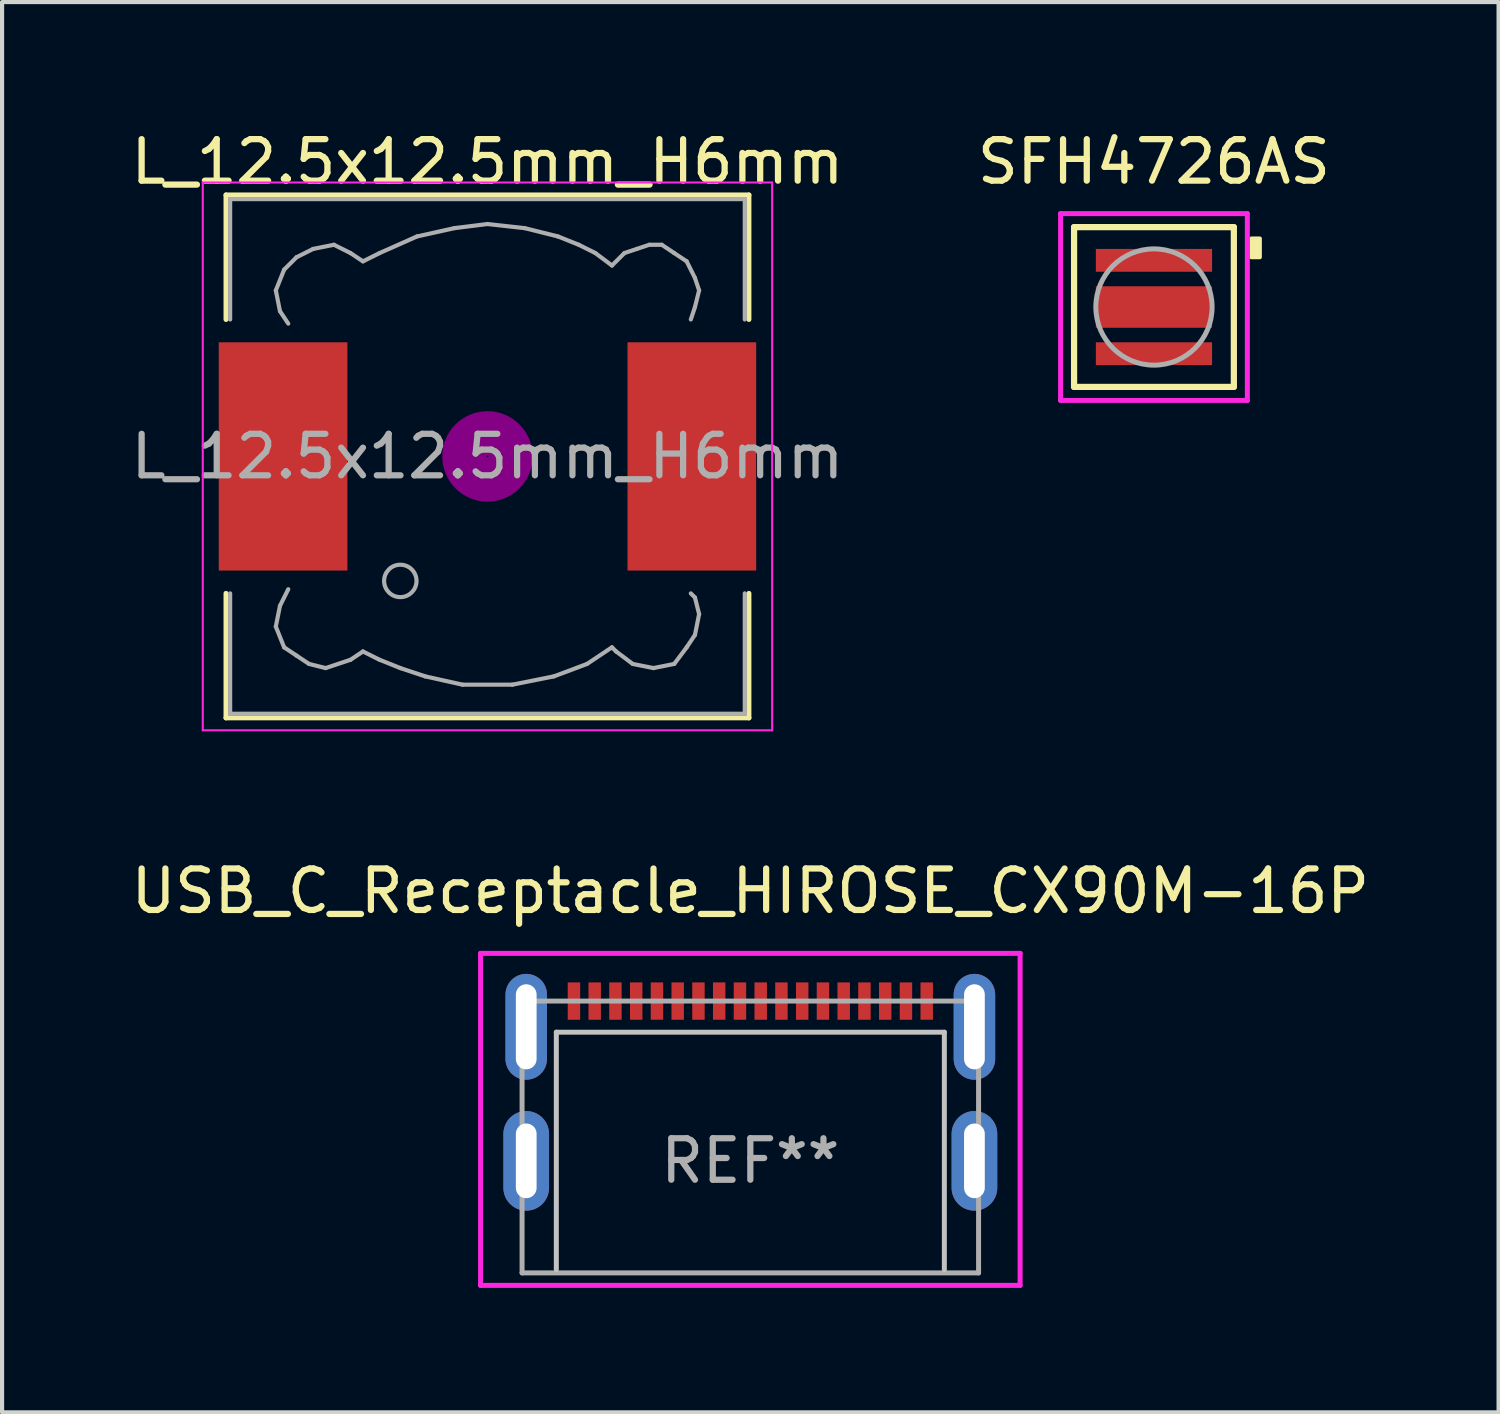
<source format=kicad_pcb>
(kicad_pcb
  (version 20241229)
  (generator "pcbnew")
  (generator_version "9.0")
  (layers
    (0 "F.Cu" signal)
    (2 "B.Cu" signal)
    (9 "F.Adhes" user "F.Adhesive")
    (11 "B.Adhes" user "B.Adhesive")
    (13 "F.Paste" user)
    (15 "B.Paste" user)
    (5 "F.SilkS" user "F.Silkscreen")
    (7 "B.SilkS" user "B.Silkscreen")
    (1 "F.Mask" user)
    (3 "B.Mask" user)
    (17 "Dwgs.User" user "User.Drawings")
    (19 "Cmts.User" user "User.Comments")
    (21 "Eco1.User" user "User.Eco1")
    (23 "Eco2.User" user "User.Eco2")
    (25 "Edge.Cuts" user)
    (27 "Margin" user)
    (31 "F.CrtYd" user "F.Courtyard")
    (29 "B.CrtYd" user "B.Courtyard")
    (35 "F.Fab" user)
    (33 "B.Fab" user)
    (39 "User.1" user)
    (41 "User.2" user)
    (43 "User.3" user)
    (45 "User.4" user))
  (footprint "USB_C_Receptacle_HIROSE_CX90M-16P"
    (layer "F.Cu")
    (at 15.03 24.922)
    (property "Reference" "USB_C_Receptacle_HIROSE_CX90M-16P" (at 0 -6.5 0) (layer "F.SilkS") (effects (font (size 1 1) (thickness 0.15))))
    (attr through_hole)
    (fp_line (start -4.675 -3.1) (end -4.675 2.62) (stroke (width 0.12) (type solid)) (layer "Dwgs.User"))
    (fp_line (start -4.675 -3.1) (end 4.675 -3.1) (stroke (width 0.12) (type solid)) (layer "Dwgs.User"))
    (fp_line (start 4.675 -3.1) (end 4.675 2.62) (stroke (width 0.12) (type solid)) (layer "Dwgs.User"))
    (fp_line (start -6.5 -5) (end 6.5 -5) (stroke (width 0.12) (type solid)) (layer "F.CrtYd"))
    (fp_line (start -6.5 3) (end -6.5 -5) (stroke (width 0.12) (type solid)) (layer "F.CrtYd"))
    (fp_line (start 6.5 -5) (end 6.5 3) (stroke (width 0.12) (type solid)) (layer "F.CrtYd"))
    (fp_line (start 6.5 3) (end -6.5 3) (stroke (width 0.12) (type solid)) (layer "F.CrtYd"))
    (fp_line (start -5.5 -3.85) (end 5.5 -3.85) (stroke (width 0.12) (type solid)) (layer "F.Fab"))
    (fp_line (start -5.5 2.7) (end -5.5 -3.85) (stroke (width 0.12) (type solid)) (layer "F.Fab"))
    (fp_line (start 5.5 -3.85) (end 5.5 2.7) (stroke (width 0.12) (type solid)) (layer "F.Fab"))
    (fp_line (start 5.5 2.7) (end -5.5 2.7) (stroke (width 0.12) (type solid)) (layer "F.Fab"))
    (fp_text user "REF**" (at 0 0 0) (layer "F.Fab") (effects (font (size 1 1) (thickness 0.15))))
    (pad "A1" smd rect (at -3.75 -3.85 90) (size 0.9 0.3) (layers "F.Cu" "F.Mask" "F.Paste"))
    (pad "A4" smd rect (at -2.75 -3.85 90) (size 0.9 0.3) (layers "F.Cu" "F.Mask" "F.Paste"))
    (pad "A5" smd rect (at -1.75 -3.85 90) (size 0.9 0.3) (layers "F.Cu" "F.Mask" "F.Paste"))
    (pad "A6" smd rect (at -0.75 -3.85 90) (size 0.9 0.3) (layers "F.Cu" "F.Mask" "F.Paste"))
    (pad "A7" smd rect (at 0.75 -3.85 90) (size 0.9 0.3) (layers "F.Cu" "F.Mask" "F.Paste"))
    (pad "A8" smd rect (at 1.75 -3.85 90) (size 0.9 0.3) (layers "F.Cu" "F.Mask" "F.Paste"))
    (pad "A9" smd rect (at 2.75 -3.85 90) (size 0.9 0.3) (layers "F.Cu" "F.Mask" "F.Paste"))
    (pad "A12" smd rect (at 3.75 -3.85 90) (size 0.9 0.3) (layers "F.Cu" "F.Mask" "F.Paste"))
    (pad "B1" smd rect (at 3.25 -3.85 90) (size 0.9 0.3) (layers "F.Cu" "F.Mask" "F.Paste"))
    (pad "B4" smd rect (at 2.25 -3.85 90) (size 0.9 0.3) (layers "F.Cu" "F.Mask" "F.Paste"))
    (pad "B5" smd rect (at 1.25 -3.85 90) (size 0.9 0.3) (layers "F.Cu" "F.Mask" "F.Paste"))
    (pad "B6" smd rect (at 0.25 -3.85) (size 0.3 0.9) (layers "F.Cu" "F.Mask" "F.Paste"))
    (pad "B7" smd rect (at -0.25 -3.85) (size 0.3 0.9) (layers "F.Cu" "F.Mask" "F.Paste"))
    (pad "B8" smd rect (at -1.25 -3.85 90) (size 0.9 0.3) (layers "F.Cu" "F.Mask" "F.Paste"))
    (pad "B9" smd rect (at -2.25 -3.85 90) (size 0.9 0.3) (layers "F.Cu" "F.Mask" "F.Paste"))
    (pad "B12" smd rect (at -3.25 -3.85 90) (size 0.9 0.3) (layers "F.Cu" "F.Mask" "F.Paste"))
    (pad "MID" smd rect (at -4.25 -3.85 90) (size 0.9 0.3) (layers "F.Cu" "F.Mask" "F.Paste"))
    (pad "MID" smd rect (at 4.25 -3.85 90) (size 0.9 0.3) (layers "F.Cu" "F.Mask" "F.Paste"))
    (pad "S1" thru_hole oval (at -5.4 -3.23 90) (size 2.55 1) (drill oval 2.05 0.5) (layers "*.Cu" "*.Mask"))
    (pad "S1" thru_hole oval (at -5.4 0 90) (size 2.4 1.1) (drill oval 1.8 0.5) (layers "*.Cu" "*.Mask"))
    (pad "S1" thru_hole oval (at 5.4 -3.23 90) (size 2.55 1) (drill oval 2.05 0.5) (layers "*.Cu" "*.Mask"))
    (pad "S1" thru_hole oval (at 5.4 0 90) (size 2.4 1.1) (drill oval 1.8 0.5) (layers "*.Cu" "*.Mask")))
  (footprint "L_12.5x12.5mm_H6mm"
    (layer "F.Cu")
    (at 8.696 7.948)
    (property "Reference" "L_12.5x12.5mm_H6mm" (at 0 -7.1 0) (layer "F.SilkS") (effects (font (size 1 1) (thickness 0.15))))
    (attr smd)
    (fp_line (start -6.3 -6.3) (end 6.3 -6.3) (stroke (width 0.12) (type solid)) (layer "F.SilkS"))
    (fp_line (start -6.3 -3.3) (end -6.3 -6.3) (stroke (width 0.12) (type solid)) (layer "F.SilkS"))
    (fp_line (start -6.3 6.3) (end -6.3 3.3) (stroke (width 0.12) (type solid)) (layer "F.SilkS"))
    (fp_line (start 6.3 -6.3) (end 6.3 -3.3) (stroke (width 0.12) (type solid)) (layer "F.SilkS"))
    (fp_line (start 6.3 3.3) (end 6.3 6.3) (stroke (width 0.12) (type solid)) (layer "F.SilkS"))
    (fp_line (start 6.3 6.3) (end -6.3 6.3) (stroke (width 0.12) (type solid)) (layer "F.SilkS"))
    (fp_circle (center 0 0) (end 0.15 0.15) (stroke (width 0.38) (type solid)) (fill no) (layer "F.Adhes"))
    (fp_circle (center 0 0) (end 0.55 0) (stroke (width 0.38) (type solid)) (fill no) (layer "F.Adhes"))
    (fp_circle (center 0 0) (end 0.9 0) (stroke (width 0.38) (type solid)) (fill no) (layer "F.Adhes"))
    (fp_line (start -6.86 -6.6) (end 6.86 -6.6) (stroke (width 0.05) (type solid)) (layer "F.CrtYd"))
    (fp_line (start -6.86 6.6) (end -6.86 -6.6) (stroke (width 0.05) (type solid)) (layer "F.CrtYd"))
    (fp_line (start 6.86 -6.6) (end 6.86 6.6) (stroke (width 0.05) (type solid)) (layer "F.CrtYd"))
    (fp_line (start 6.86 6.6) (end -6.86 6.6) (stroke (width 0.05) (type solid)) (layer "F.CrtYd"))
    (fp_line (start -6.2 -6.2) (end -6.2 -3.3) (stroke (width 0.1) (type solid)) (layer "F.Fab"))
    (fp_line (start -6.2 3.3) (end -6.2 6.2) (stroke (width 0.1) (type solid)) (layer "F.Fab"))
    (fp_line (start -6.2 6.2) (end 6.2 6.2) (stroke (width 0.1) (type solid)) (layer "F.Fab"))
    (fp_line (start -5.1 -4) (end -5 -3.5) (stroke (width 0.1) (type solid)) (layer "F.Fab"))
    (fp_line (start -5.1 4.1) (end -5 3.6) (stroke (width 0.1) (type solid)) (layer "F.Fab"))
    (fp_line (start -5 -3.5) (end -4.8 -3.2) (stroke (width 0.1) (type solid)) (layer "F.Fab"))
    (fp_line (start -5 3.6) (end -4.8 3.2) (stroke (width 0.1) (type solid)) (layer "F.Fab"))
    (fp_line (start -4.9 -4.5) (end -5.1 -4) (stroke (width 0.1) (type solid)) (layer "F.Fab"))
    (fp_line (start -4.9 4.6) (end -5.1 4.1) (stroke (width 0.1) (type solid)) (layer "F.Fab"))
    (fp_line (start -4.6 -4.8) (end -4.9 -4.5) (stroke (width 0.1) (type solid)) (layer "F.Fab"))
    (fp_line (start -4.6 4.8) (end -4.9 4.6) (stroke (width 0.1) (type solid)) (layer "F.Fab"))
    (fp_line (start -4.3 5) (end -4.6 4.8) (stroke (width 0.1) (type solid)) (layer "F.Fab"))
    (fp_line (start -4.2 -5) (end -4.6 -4.8) (stroke (width 0.1) (type solid)) (layer "F.Fab"))
    (fp_line (start -3.9 5.1) (end -4.3 5) (stroke (width 0.1) (type solid)) (layer "F.Fab"))
    (fp_line (start -3.7 -5.1) (end -4.2 -5) (stroke (width 0.1) (type solid)) (layer "F.Fab"))
    (fp_line (start -3.3 -4.9) (end -3.7 -5.1) (stroke (width 0.1) (type solid)) (layer "F.Fab"))
    (fp_line (start -3.3 4.9) (end -3.9 5.1) (stroke (width 0.1) (type solid)) (layer "F.Fab"))
    (fp_line (start -3 -4.7) (end -3.3 -4.9) (stroke (width 0.1) (type solid)) (layer "F.Fab"))
    (fp_line (start -3 4.7) (end -3.3 4.9) (stroke (width 0.1) (type solid)) (layer "F.Fab"))
    (fp_line (start -2.6 -4.9) (end -3 -4.7) (stroke (width 0.1) (type solid)) (layer "F.Fab"))
    (fp_line (start -2.6 4.9) (end -3 4.7) (stroke (width 0.1) (type solid)) (layer "F.Fab"))
    (fp_line (start -2.1 5.1) (end -2.6 4.9) (stroke (width 0.1) (type solid)) (layer "F.Fab"))
    (fp_line (start -1.7 -5.3) (end -2.6 -4.9) (stroke (width 0.1) (type solid)) (layer "F.Fab"))
    (fp_line (start -1.5 5.3) (end -2.1 5.1) (stroke (width 0.1) (type solid)) (layer "F.Fab"))
    (fp_line (start -0.8 -5.5) (end -1.7 -5.3) (stroke (width 0.1) (type solid)) (layer "F.Fab"))
    (fp_line (start -0.6 5.5) (end -1.5 5.3) (stroke (width 0.1) (type solid)) (layer "F.Fab"))
    (fp_line (start 0 -5.6) (end -0.8 -5.5) (stroke (width 0.1) (type solid)) (layer "F.Fab"))
    (fp_line (start 0.6 5.5) (end -0.6 5.5) (stroke (width 0.1) (type solid)) (layer "F.Fab"))
    (fp_line (start 0.9 -5.5) (end 0 -5.6) (stroke (width 0.1) (type solid)) (layer "F.Fab"))
    (fp_line (start 1.6 5.3) (end 0.6 5.5) (stroke (width 0.1) (type solid)) (layer "F.Fab"))
    (fp_line (start 1.7 -5.3) (end 0.9 -5.5) (stroke (width 0.1) (type solid)) (layer "F.Fab"))
    (fp_line (start 2.2 -5.1) (end 1.7 -5.3) (stroke (width 0.1) (type solid)) (layer "F.Fab"))
    (fp_line (start 2.4 5) (end 1.6 5.3) (stroke (width 0.1) (type solid)) (layer "F.Fab"))
    (fp_line (start 2.6 -4.9) (end 2.2 -5.1) (stroke (width 0.1) (type solid)) (layer "F.Fab"))
    (fp_line (start 3 -4.6) (end 2.6 -4.9) (stroke (width 0.1) (type solid)) (layer "F.Fab"))
    (fp_line (start 3 4.6) (end 2.4 5) (stroke (width 0.1) (type solid)) (layer "F.Fab"))
    (fp_line (start 3.1 4.7) (end 3 4.6) (stroke (width 0.1) (type solid)) (layer "F.Fab"))
    (fp_line (start 3.3 -4.9) (end 3 -4.6) (stroke (width 0.1) (type solid)) (layer "F.Fab"))
    (fp_line (start 3.5 5) (end 3.1 4.7) (stroke (width 0.1) (type solid)) (layer "F.Fab"))
    (fp_line (start 3.6 -5) (end 3.3 -4.9) (stroke (width 0.1) (type solid)) (layer "F.Fab"))
    (fp_line (start 3.9 -5.1) (end 3.6 -5) (stroke (width 0.1) (type solid)) (layer "F.Fab"))
    (fp_line (start 4 5.1) (end 3.5 5) (stroke (width 0.1) (type solid)) (layer "F.Fab"))
    (fp_line (start 4.2 -5.1) (end 3.9 -5.1) (stroke (width 0.1) (type solid)) (layer "F.Fab"))
    (fp_line (start 4.5 -4.9) (end 4.2 -5.1) (stroke (width 0.1) (type solid)) (layer "F.Fab"))
    (fp_line (start 4.5 5) (end 4 5.1) (stroke (width 0.1) (type solid)) (layer "F.Fab"))
    (fp_line (start 4.8 -4.7) (end 4.5 -4.9) (stroke (width 0.1) (type solid)) (layer "F.Fab"))
    (fp_line (start 4.8 4.6) (end 4.5 5) (stroke (width 0.1) (type solid)) (layer "F.Fab"))
    (fp_line (start 4.9 -3.3) (end 5 -3.6) (stroke (width 0.1) (type solid)) (layer "F.Fab"))
    (fp_line (start 4.9 3.3) (end 5 3.4) (stroke (width 0.1) (type solid)) (layer "F.Fab"))
    (fp_line (start 5 -4.3) (end 4.8 -4.7) (stroke (width 0.1) (type solid)) (layer "F.Fab"))
    (fp_line (start 5 -3.6) (end 5.1 -4) (stroke (width 0.1) (type solid)) (layer "F.Fab"))
    (fp_line (start 5 3.4) (end 5.1 3.8) (stroke (width 0.1) (type solid)) (layer "F.Fab"))
    (fp_line (start 5 4.3) (end 4.8 4.6) (stroke (width 0.1) (type solid)) (layer "F.Fab"))
    (fp_line (start 5.1 -4) (end 5 -4.3) (stroke (width 0.1) (type solid)) (layer "F.Fab"))
    (fp_line (start 5.1 3.8) (end 5 4.3) (stroke (width 0.1) (type solid)) (layer "F.Fab"))
    (fp_line (start 6.2 -6.2) (end -6.2 -6.2) (stroke (width 0.1) (type solid)) (layer "F.Fab"))
    (fp_line (start 6.2 -6.2) (end 6.2 -3.3) (stroke (width 0.1) (type solid)) (layer "F.Fab"))
    (fp_line (start 6.2 6.2) (end 6.2 3.3) (stroke (width 0.1) (type solid)) (layer "F.Fab"))
    (fp_circle (center -2.1 3) (end -1.8 3.25) (stroke (width 0.1) (type solid)) (fill no) (layer "F.Fab"))
    (fp_text user "${REFERENCE}" (at 0 0 0) (layer "F.Fab") (effects (font (size 1 1) (thickness 0.15))))
    (pad "1" smd rect (at -4.925 0) (size 3.1 5.5) (layers "F.Cu" "F.Mask" "F.Paste"))
    (pad "2" smd rect (at 4.925 0) (size 3.1 5.5) (layers "F.Cu" "F.Mask" "F.Paste")))
  (footprint "SFH4726AS"
    (layer "F.Cu")
    (at 24.756 4.348)
    (property "Reference" "SFH4726AS" (at 0 -3.5 0) (layer "F.SilkS") (effects (font (size 1 1) (thickness 0.15))))
    (attr through_hole)
    (fp_line (start -1.925 -1.925) (end 1.925 -1.925) (stroke (width 0.15) (type solid)) (layer "F.SilkS"))
    (fp_line (start -1.925 1.925) (end -1.925 -1.925) (stroke (width 0.15) (type solid)) (layer "F.SilkS"))
    (fp_line (start 1.925 -1.925) (end 1.925 1.925) (stroke (width 0.15) (type solid)) (layer "F.SilkS"))
    (fp_line (start 1.925 1.925) (end -1.925 1.925) (stroke (width 0.15) (type solid)) (layer "F.SilkS"))
    (fp_poly (pts (xy 2.55 -1.2) (xy 2.35 -1.2) (xy 2.35 -1.65) (xy 2.55 -1.65)) (stroke (width 0.1) (type solid)) (fill yes) (layer "F.SilkS"))
    (fp_poly (pts (xy -0.15 0.5) (xy -1.4 0.5) (xy -1.4 -0.5) (xy -0.15 -0.5)) (stroke (width 0) (type solid)) (fill yes) (layer "F.Paste"))
    (fp_poly (pts (xy 1.4 0.5) (xy 0.15 0.5) (xy 0.15 -0.5) (xy 1.4 -0.5)) (stroke (width 0) (type solid)) (fill yes) (layer "F.Paste"))
    (fp_line (start -2.25 -2.25) (end 2.25 -2.25) (stroke (width 0.12) (type solid)) (layer "F.CrtYd"))
    (fp_line (start -2.25 2.25) (end -2.25 -2.25) (stroke (width 0.12) (type solid)) (layer "F.CrtYd"))
    (fp_line (start 2.25 -2.25) (end 2.25 2.25) (stroke (width 0.12) (type solid)) (layer "F.CrtYd"))
    (fp_line (start 2.25 2.25) (end -2.25 2.25) (stroke (width 0.12) (type solid)) (layer "F.CrtYd"))
    (fp_circle (center 0 0) (end 1.4 0.05) (stroke (width 0.12) (type solid)) (fill no) (layer "F.Fab"))
    (pad "1" smd rect (at 0 0) (size 2.8 1) (layers "F.Cu" "F.Mask"))
    (pad "1" smd rect (at 0 1.125) (size 2.8 0.55) (layers "F.Cu" "F.Mask" "F.Paste"))
    (pad "2" smd rect (at 0 -1.125) (size 2.8 0.55) (layers "F.Cu" "F.Mask" "F.Paste")))
  (gr_rect
    (start -3 -3)
    (end 33.06 30.982)
    (stroke (width 0.1) (type default))
    (fill no)
    (layer "Edge.Cuts")))
</source>
